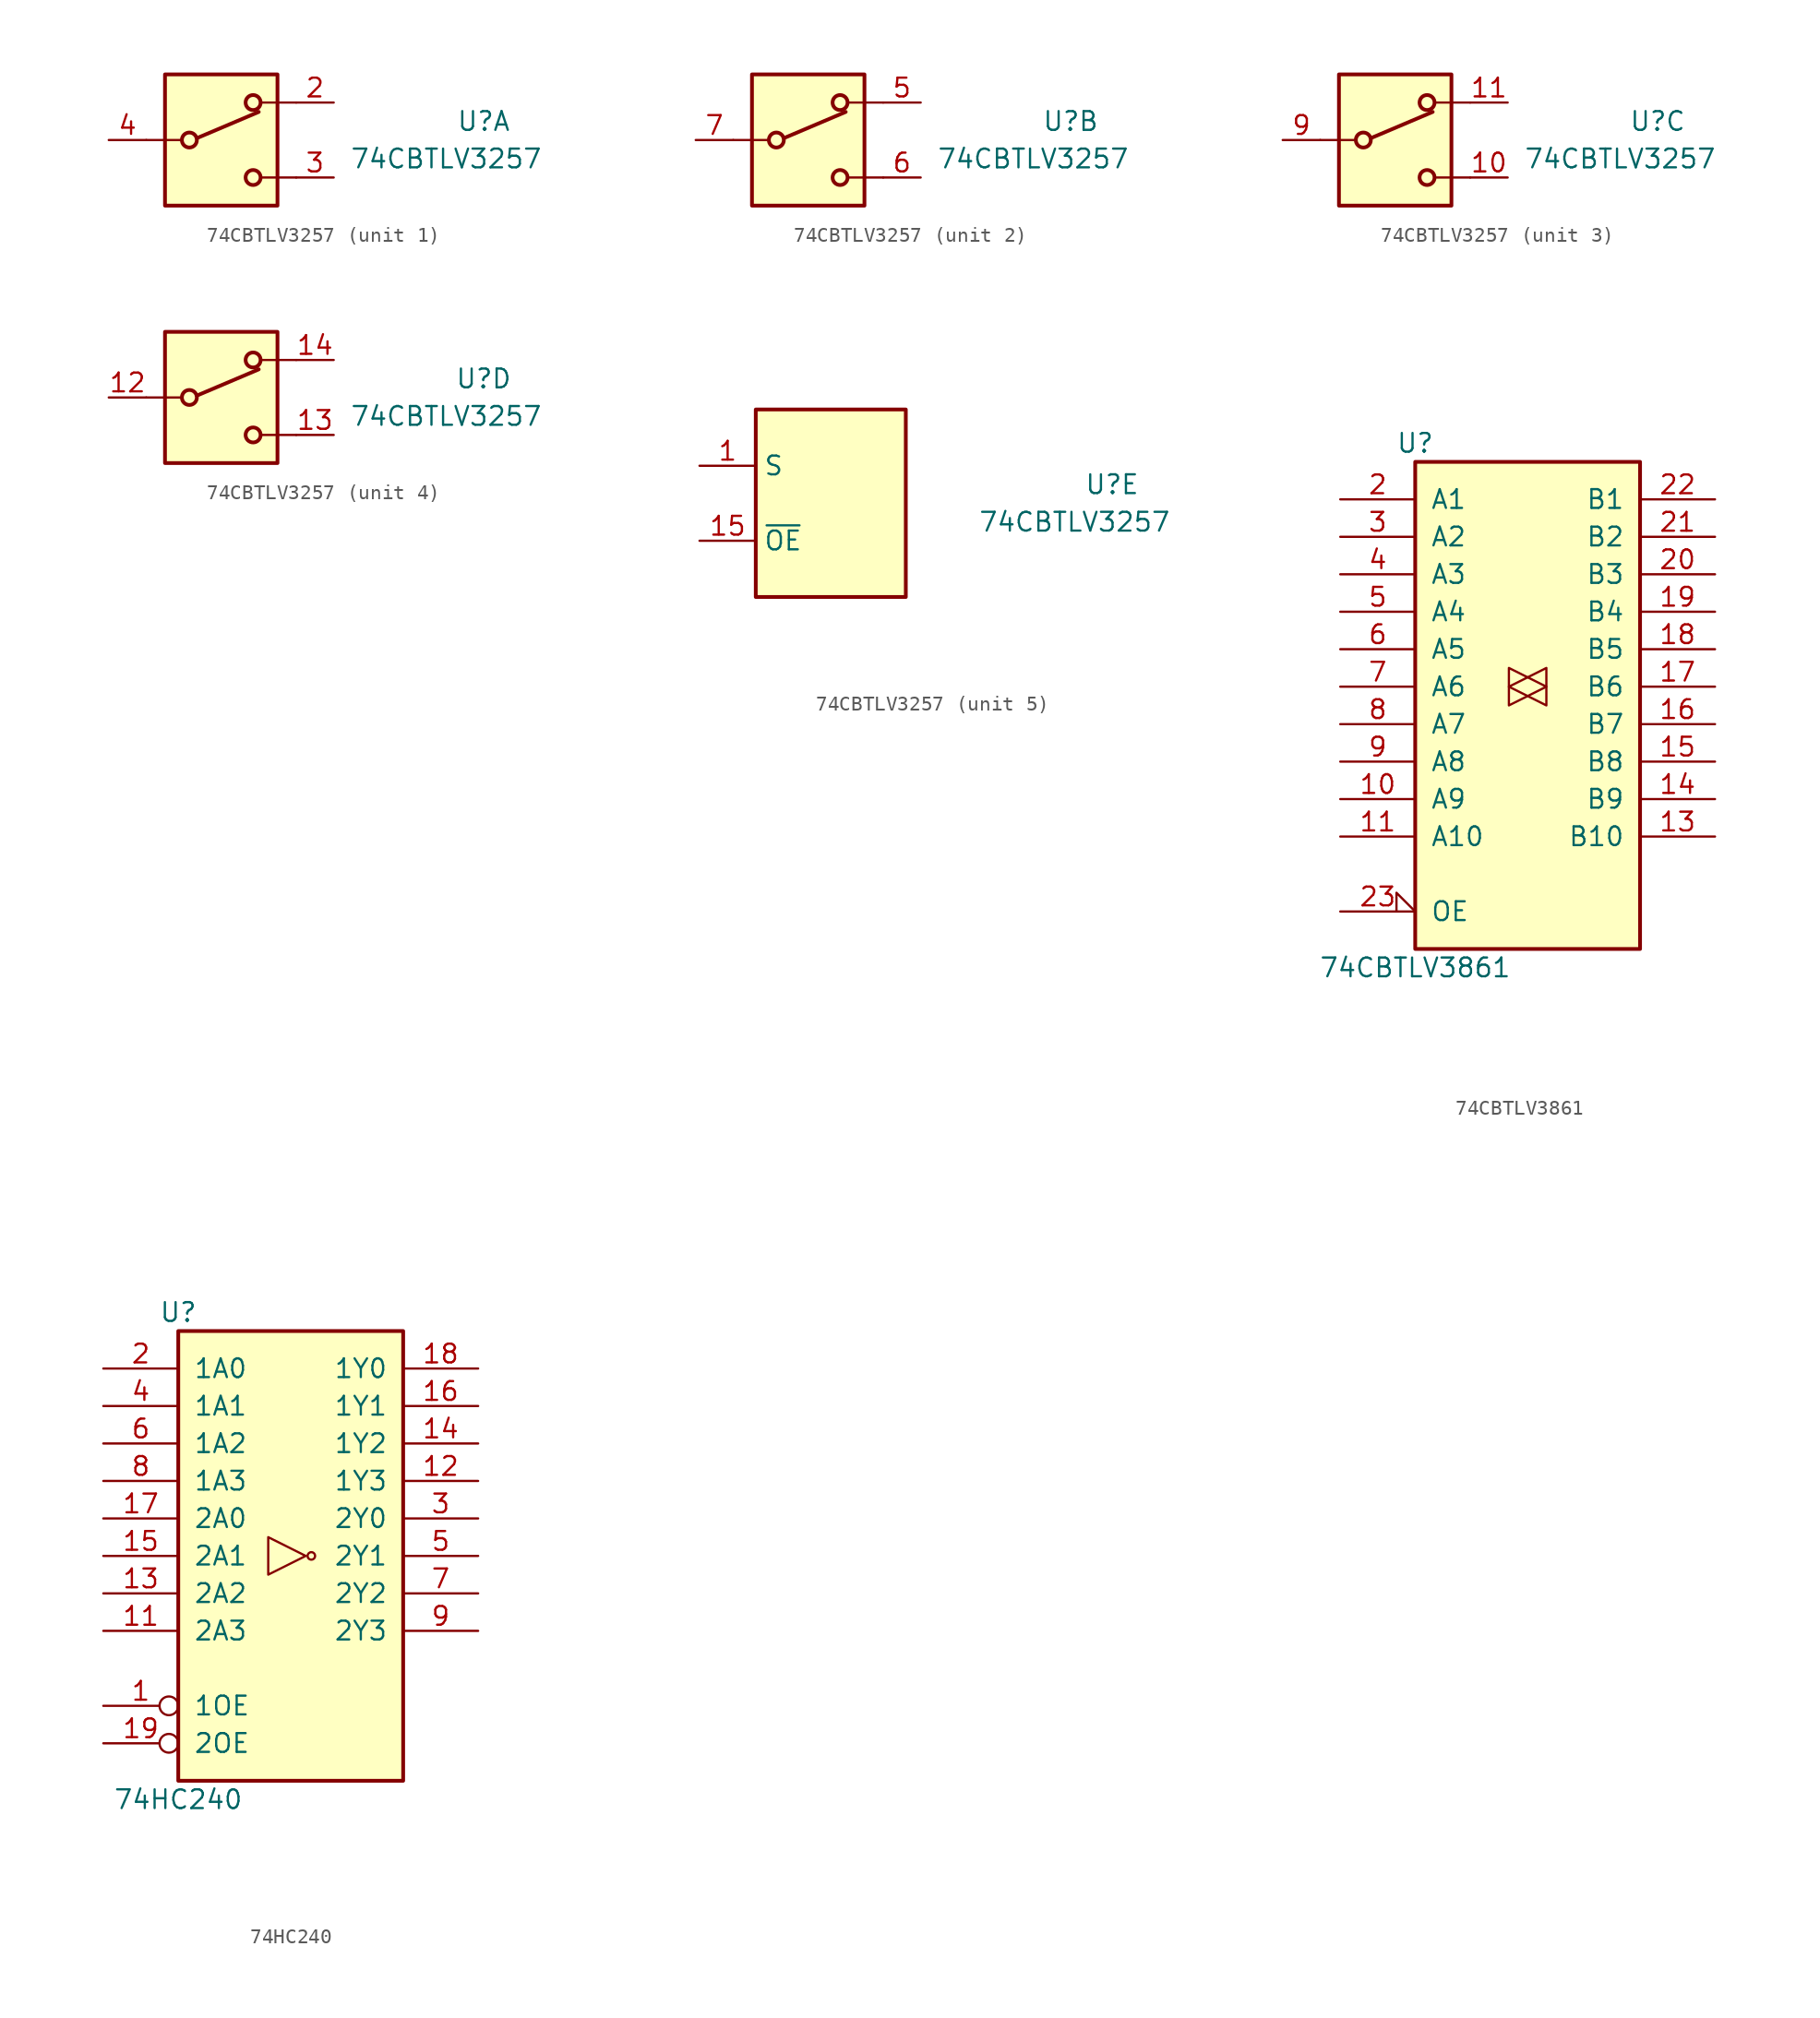
<source format=kicad_sym>
(kicad_symbol_lib
  (version 20211014)
  (generator kicad_symbol_editor)
  (symbol "74CBTLV3257"
    (property "Reference" "U"
      (at 17.78 1.27 0)
      (effects (font (size 1.27 1.27))))
    (property "Value" "74CBTLV3257"
      (at 15.24 -1.27 0)
      (effects (font (size 1.27 1.27))))
    (property "ki_locked" ""
      (at 0 0 0)
      (effects (font (size 1.27 1.27))))
    (symbol "74CBTLV3257_1_1"
      (rectangle (start -3.81 4.445) (end 3.81 -4.445) (stroke (width 0.254) (type default) (color 0 0 0 0)) (fill (type background)))
      (circle (center -2.159 0) (radius 0.508) (stroke (width 0.254) (type default) (color 0 0 0 0)) (fill (type none)))
      (polyline (pts (xy -5.08 0) (xy -2.794 0)) (stroke (width 0) (type default) (color 0 0 0 0)) (fill (type none)))
      (polyline (pts (xy -1.651 0.127) (xy 2.54 1.905)) (stroke (width 0.254) (type default) (color 0 0 0 0)) (fill (type none)))
      (polyline (pts (xy 5.08 -2.54) (xy 2.794 -2.54)) (stroke (width 0) (type default) (color 0 0 0 0)) (fill (type none)))
      (polyline (pts (xy 5.08 2.54) (xy 2.794 2.54)) (stroke (width 0) (type default) (color 0 0 0 0)) (fill (type none)))
      (circle (center 2.159 -2.54) (radius 0.508) (stroke (width 0.254) (type default) (color 0 0 0 0)) (fill (type none)))
      (circle (center 2.159 2.54) (radius 0.508) (stroke (width 0.254) (type default) (color 0 0 0 0)) (fill (type none)))
      (pin passive line (at 7.62 2.54 180) (length 2.54) (name "~" (effects (font (size 1.27 1.27)))) (number "2" (effects (font (size 1.27 1.27)))))
      (pin passive line (at 7.62 -2.54 180) (length 2.54) (name "~" (effects (font (size 1.27 1.27)))) (number "3" (effects (font (size 1.27 1.27)))))
      (pin passive line (at -7.62 0 0) (length 2.54) (name "~" (effects (font (size 1.27 1.27)))) (number "4" (effects (font (size 1.27 1.27))))))
    (symbol "74CBTLV3257_2_1"
      (rectangle (start -3.81 4.445) (end 3.81 -4.445) (stroke (width 0.254) (type default) (color 0 0 0 0)) (fill (type background)))
      (circle (center -2.159 0) (radius 0.508) (stroke (width 0.254) (type default) (color 0 0 0 0)) (fill (type none)))
      (polyline (pts (xy -5.08 0) (xy -2.794 0)) (stroke (width 0) (type default) (color 0 0 0 0)) (fill (type none)))
      (polyline (pts (xy -1.651 0.127) (xy 2.54 1.905)) (stroke (width 0.254) (type default) (color 0 0 0 0)) (fill (type none)))
      (polyline (pts (xy 5.08 -2.54) (xy 2.794 -2.54)) (stroke (width 0) (type default) (color 0 0 0 0)) (fill (type none)))
      (polyline (pts (xy 5.08 2.54) (xy 2.794 2.54)) (stroke (width 0) (type default) (color 0 0 0 0)) (fill (type none)))
      (circle (center 2.159 -2.54) (radius 0.508) (stroke (width 0.254) (type default) (color 0 0 0 0)) (fill (type none)))
      (circle (center 2.159 2.54) (radius 0.508) (stroke (width 0.254) (type default) (color 0 0 0 0)) (fill (type none)))
      (pin passive line (at 7.62 2.54 180) (length 2.54) (name "~" (effects (font (size 1.27 1.27)))) (number "5" (effects (font (size 1.27 1.27)))))
      (pin passive line (at 7.62 -2.54 180) (length 2.54) (name "~" (effects (font (size 1.27 1.27)))) (number "6" (effects (font (size 1.27 1.27)))))
      (pin passive line (at -7.62 0 0) (length 2.54) (name "~" (effects (font (size 1.27 1.27)))) (number "7" (effects (font (size 1.27 1.27))))))
    (symbol "74CBTLV3257_3_1"
      (rectangle (start -3.81 4.445) (end 3.81 -4.445) (stroke (width 0.254) (type default) (color 0 0 0 0)) (fill (type background)))
      (circle (center -2.159 0) (radius 0.508) (stroke (width 0.254) (type default) (color 0 0 0 0)) (fill (type none)))
      (polyline (pts (xy -5.08 0) (xy -2.794 0)) (stroke (width 0) (type default) (color 0 0 0 0)) (fill (type none)))
      (polyline (pts (xy -1.651 0.127) (xy 2.54 1.905)) (stroke (width 0.254) (type default) (color 0 0 0 0)) (fill (type none)))
      (polyline (pts (xy 5.08 -2.54) (xy 2.794 -2.54)) (stroke (width 0) (type default) (color 0 0 0 0)) (fill (type none)))
      (polyline (pts (xy 5.08 2.54) (xy 2.794 2.54)) (stroke (width 0) (type default) (color 0 0 0 0)) (fill (type none)))
      (circle (center 2.159 -2.54) (radius 0.508) (stroke (width 0.254) (type default) (color 0 0 0 0)) (fill (type none)))
      (circle (center 2.159 2.54) (radius 0.508) (stroke (width 0.254) (type default) (color 0 0 0 0)) (fill (type none)))
      (pin passive line (at 7.62 -2.54 180) (length 2.54) (name "~" (effects (font (size 1.27 1.27)))) (number "10" (effects (font (size 1.27 1.27)))))
      (pin passive line (at 7.62 2.54 180) (length 2.54) (name "~" (effects (font (size 1.27 1.27)))) (number "11" (effects (font (size 1.27 1.27)))))
      (pin passive line (at -7.62 0 0) (length 2.54) (name "~" (effects (font (size 1.27 1.27)))) (number "9" (effects (font (size 1.27 1.27))))))
    (symbol "74CBTLV3257_4_1"
      (rectangle (start -3.81 4.445) (end 3.81 -4.445) (stroke (width 0.254) (type default) (color 0 0 0 0)) (fill (type background)))
      (circle (center -2.159 0) (radius 0.508) (stroke (width 0.254) (type default) (color 0 0 0 0)) (fill (type none)))
      (polyline (pts (xy -5.08 0) (xy -2.794 0)) (stroke (width 0) (type default) (color 0 0 0 0)) (fill (type none)))
      (polyline (pts (xy -1.651 0.127) (xy 2.54 1.905)) (stroke (width 0.254) (type default) (color 0 0 0 0)) (fill (type none)))
      (polyline (pts (xy 5.08 -2.54) (xy 2.794 -2.54)) (stroke (width 0) (type default) (color 0 0 0 0)) (fill (type none)))
      (polyline (pts (xy 5.08 2.54) (xy 2.794 2.54)) (stroke (width 0) (type default) (color 0 0 0 0)) (fill (type none)))
      (circle (center 2.159 -2.54) (radius 0.508) (stroke (width 0.254) (type default) (color 0 0 0 0)) (fill (type none)))
      (circle (center 2.159 2.54) (radius 0.508) (stroke (width 0.254) (type default) (color 0 0 0 0)) (fill (type none)))
      (pin passive line (at -7.62 0 0) (length 2.54) (name "~" (effects (font (size 1.27 1.27)))) (number "12" (effects (font (size 1.27 1.27)))))
      (pin passive line (at 7.62 -2.54 180) (length 2.54) (name "~" (effects (font (size 1.27 1.27)))) (number "13" (effects (font (size 1.27 1.27)))))
      (pin passive line (at 7.62 2.54 180) (length 2.54) (name "~" (effects (font (size 1.27 1.27)))) (number "14" (effects (font (size 1.27 1.27))))))
    (symbol "74CBTLV3257_5_1"
      (rectangle (start 3.81 6.35) (end -6.35 -6.35) (stroke (width 0.254) (type default) (color 0 0 0 0)) (fill (type background)))
      (pin input line (at -10.16 2.54 0) (length 3.81) (name "S" (effects (font (size 1.27 1.27)))) (number "1" (effects (font (size 1.27 1.27)))))
      (pin input line (at -10.16 -2.54 0) (length 3.81) (name "~{OE}" (effects (font (size 1.27 1.27)))) (number "15" (effects (font (size 1.27 1.27)))))
      (pin input line (at 0 10.16 270) (length 3.81) hide (name "VCC" (effects (font (size 1.27 1.27)))) (number "16" (effects (font (size 1.27 1.27)))))
      (pin input line (at 0 -10.16 90) (length 3.81) hide (name "GND" (effects (font (size 1.27 1.27)))) (number "8" (effects (font (size 1.27 1.27)))))))
  (symbol "74CBTLV3861"
    (pin_names
      (offset 1.016))
    (property "Reference" "U"
      (at -7.62 16.51 0)
      (effects (font (size 1.27 1.27))))
    (property "Value" "74CBTLV3861"
      (at -7.62 -19.05 0)
      (effects (font (size 1.27 1.27))))
    (property "ki_locked" ""
      (at 0 0 0)
      (effects (font (size 1.27 1.27))))
    (symbol "74CBTLV3861_1_0"
      (polyline (pts (xy 1.27 0) (xy -1.27 1.27) (xy -1.27 -1.27) (xy 1.27 0)) (stroke (width 0.152) (type default) (color 0 0 0 0)) (fill (type none)))
      (polyline (pts (xy 1.27 1.27) (xy -1.27 0) (xy 1.27 -1.27) (xy 1.27 1.27)) (stroke (width 0) (type default) (color 0 0 0 0)) (fill (type none)))
      (pin bidirectional line (at -12.7 -7.62 0) (length 5.08) (name "A9" (effects (font (size 1.27 1.27)))) (number "10" (effects (font (size 1.27 1.27)))))
      (pin bidirectional line (at -12.7 -10.16 0) (length 5.08) (name "A10" (effects (font (size 1.27 1.27)))) (number "11" (effects (font (size 1.27 1.27)))))
      (pin input line (at 0 -22.86 90) (length 5.08) hide (name "GND" (effects (font (size 1.27 1.27)))) (number "12" (effects (font (size 1.27 1.27)))))
      (pin bidirectional line (at 12.7 -10.16 180) (length 5.08) (name "B10" (effects (font (size 1.27 1.27)))) (number "13" (effects (font (size 1.27 1.27)))))
      (pin bidirectional line (at 12.7 -7.62 180) (length 5.08) (name "B9" (effects (font (size 1.27 1.27)))) (number "14" (effects (font (size 1.27 1.27)))))
      (pin bidirectional line (at 12.7 -5.08 180) (length 5.08) (name "B8" (effects (font (size 1.27 1.27)))) (number "15" (effects (font (size 1.27 1.27)))))
      (pin bidirectional line (at 12.7 -2.54 180) (length 5.08) (name "B7" (effects (font (size 1.27 1.27)))) (number "16" (effects (font (size 1.27 1.27)))))
      (pin bidirectional line (at 12.7 0 180) (length 5.08) (name "B6" (effects (font (size 1.27 1.27)))) (number "17" (effects (font (size 1.27 1.27)))))
      (pin bidirectional line (at 12.7 2.54 180) (length 5.08) (name "B5" (effects (font (size 1.27 1.27)))) (number "18" (effects (font (size 1.27 1.27)))))
      (pin bidirectional line (at 12.7 5.08 180) (length 5.08) (name "B4" (effects (font (size 1.27 1.27)))) (number "19" (effects (font (size 1.27 1.27)))))
      (pin bidirectional line (at -12.7 12.7 0) (length 5.08) (name "A1" (effects (font (size 1.27 1.27)))) (number "2" (effects (font (size 1.27 1.27)))))
      (pin bidirectional line (at 12.7 7.62 180) (length 5.08) (name "B3" (effects (font (size 1.27 1.27)))) (number "20" (effects (font (size 1.27 1.27)))))
      (pin bidirectional line (at 12.7 10.16 180) (length 5.08) (name "B2" (effects (font (size 1.27 1.27)))) (number "21" (effects (font (size 1.27 1.27)))))
      (pin bidirectional line (at 12.7 12.7 180) (length 5.08) (name "B1" (effects (font (size 1.27 1.27)))) (number "22" (effects (font (size 1.27 1.27)))))
      (pin input input_low (at -12.7 -15.24 0) (length 5.08) (name "OE" (effects (font (size 1.27 1.27)))) (number "23" (effects (font (size 1.27 1.27)))))
      (pin input line (at 0 20.32 270) (length 5.08) hide (name "VCC" (effects (font (size 1.27 1.27)))) (number "24" (effects (font (size 1.27 1.27)))))
      (pin bidirectional line (at -12.7 10.16 0) (length 5.08) (name "A2" (effects (font (size 1.27 1.27)))) (number "3" (effects (font (size 1.27 1.27)))))
      (pin bidirectional line (at -12.7 7.62 0) (length 5.08) (name "A3" (effects (font (size 1.27 1.27)))) (number "4" (effects (font (size 1.27 1.27)))))
      (pin bidirectional line (at -12.7 5.08 0) (length 5.08) (name "A4" (effects (font (size 1.27 1.27)))) (number "5" (effects (font (size 1.27 1.27)))))
      (pin bidirectional line (at -12.7 2.54 0) (length 5.08) (name "A5" (effects (font (size 1.27 1.27)))) (number "6" (effects (font (size 1.27 1.27)))))
      (pin bidirectional line (at -12.7 0 0) (length 5.08) (name "A6" (effects (font (size 1.27 1.27)))) (number "7" (effects (font (size 1.27 1.27)))))
      (pin bidirectional line (at -12.7 -2.54 0) (length 5.08) (name "A7" (effects (font (size 1.27 1.27)))) (number "8" (effects (font (size 1.27 1.27)))))
      (pin bidirectional line (at -12.7 -5.08 0) (length 5.08) (name "A8" (effects (font (size 1.27 1.27)))) (number "9" (effects (font (size 1.27 1.27))))))
    (symbol "74CBTLV3861_1_1"
      (rectangle (start -7.62 15.24) (end 7.62 -17.78) (stroke (width 0.254) (type default) (color 0 0 0 0)) (fill (type background)))))
  (symbol "74HC240"
    (pin_names
      (offset 1.016))
    (property "Reference" "U"
      (at -7.62 16.51 0)
      (effects (font (size 1.27 1.27))))
    (property "Value" "74HC240"
      (at -7.62 -16.51 0)
      (effects (font (size 1.27 1.27))))
    (property "ki_locked" ""
      (at 0 0 0)
      (effects (font (size 1.27 1.27))))
    (symbol "74HC240_1_0"
      (polyline (pts (xy 1.016 0) (xy -1.524 1.27) (xy -1.524 -1.27) (xy 1.016 0)) (stroke (width 0.152) (type default) (color 0 0 0 0)) (fill (type none)))
      (circle (center 1.397 0) (radius 0.254) (stroke (width 0.152) (type default) (color 0 0 0 0)) (fill (type none)))
      (pin input inverted (at -12.7 -10.16 0) (length 5.08) (name "1OE" (effects (font (size 1.27 1.27)))) (number "1" (effects (font (size 1.27 1.27)))))
      (pin input line (at 0 -20.32 90) (length 5.08) hide (name "GND" (effects (font (size 1.27 1.27)))) (number "10" (effects (font (size 1.27 1.27)))))
      (pin input line (at -12.7 -5.08 0) (length 5.08) (name "2A3" (effects (font (size 1.27 1.27)))) (number "11" (effects (font (size 1.27 1.27)))))
      (pin tri_state line (at 12.7 5.08 180) (length 5.08) (name "1Y3" (effects (font (size 1.27 1.27)))) (number "12" (effects (font (size 1.27 1.27)))))
      (pin input line (at -12.7 -2.54 0) (length 5.08) (name "2A2" (effects (font (size 1.27 1.27)))) (number "13" (effects (font (size 1.27 1.27)))))
      (pin tri_state line (at 12.7 7.62 180) (length 5.08) (name "1Y2" (effects (font (size 1.27 1.27)))) (number "14" (effects (font (size 1.27 1.27)))))
      (pin input line (at -12.7 0 0) (length 5.08) (name "2A1" (effects (font (size 1.27 1.27)))) (number "15" (effects (font (size 1.27 1.27)))))
      (pin tri_state line (at 12.7 10.16 180) (length 5.08) (name "1Y1" (effects (font (size 1.27 1.27)))) (number "16" (effects (font (size 1.27 1.27)))))
      (pin input line (at -12.7 2.54 0) (length 5.08) (name "2A0" (effects (font (size 1.27 1.27)))) (number "17" (effects (font (size 1.27 1.27)))))
      (pin tri_state line (at 12.7 12.7 180) (length 5.08) (name "1Y0" (effects (font (size 1.27 1.27)))) (number "18" (effects (font (size 1.27 1.27)))))
      (pin input inverted (at -12.7 -12.7 0) (length 5.08) (name "2OE" (effects (font (size 1.27 1.27)))) (number "19" (effects (font (size 1.27 1.27)))))
      (pin input line (at -12.7 12.7 0) (length 5.08) (name "1A0" (effects (font (size 1.27 1.27)))) (number "2" (effects (font (size 1.27 1.27)))))
      (pin input line (at 0 20.32 270) (length 5.08) hide (name "VCC" (effects (font (size 1.27 1.27)))) (number "20" (effects (font (size 1.27 1.27)))))
      (pin tri_state line (at 12.7 2.54 180) (length 5.08) (name "2Y0" (effects (font (size 1.27 1.27)))) (number "3" (effects (font (size 1.27 1.27)))))
      (pin input line (at -12.7 10.16 0) (length 5.08) (name "1A1" (effects (font (size 1.27 1.27)))) (number "4" (effects (font (size 1.27 1.27)))))
      (pin tri_state line (at 12.7 0 180) (length 5.08) (name "2Y1" (effects (font (size 1.27 1.27)))) (number "5" (effects (font (size 1.27 1.27)))))
      (pin input line (at -12.7 7.62 0) (length 5.08) (name "1A2" (effects (font (size 1.27 1.27)))) (number "6" (effects (font (size 1.27 1.27)))))
      (pin tri_state line (at 12.7 -2.54 180) (length 5.08) (name "2Y2" (effects (font (size 1.27 1.27)))) (number "7" (effects (font (size 1.27 1.27)))))
      (pin input line (at -12.7 5.08 0) (length 5.08) (name "1A3" (effects (font (size 1.27 1.27)))) (number "8" (effects (font (size 1.27 1.27)))))
      (pin tri_state line (at 12.7 -5.08 180) (length 5.08) (name "2Y3" (effects (font (size 1.27 1.27)))) (number "9" (effects (font (size 1.27 1.27))))))
    (symbol "74HC240_1_1"
      (rectangle (start -7.62 15.24) (end 7.62 -15.24) (stroke (width 0.254) (type default) (color 0 0 0 0)) (fill (type background))))))
</source>
